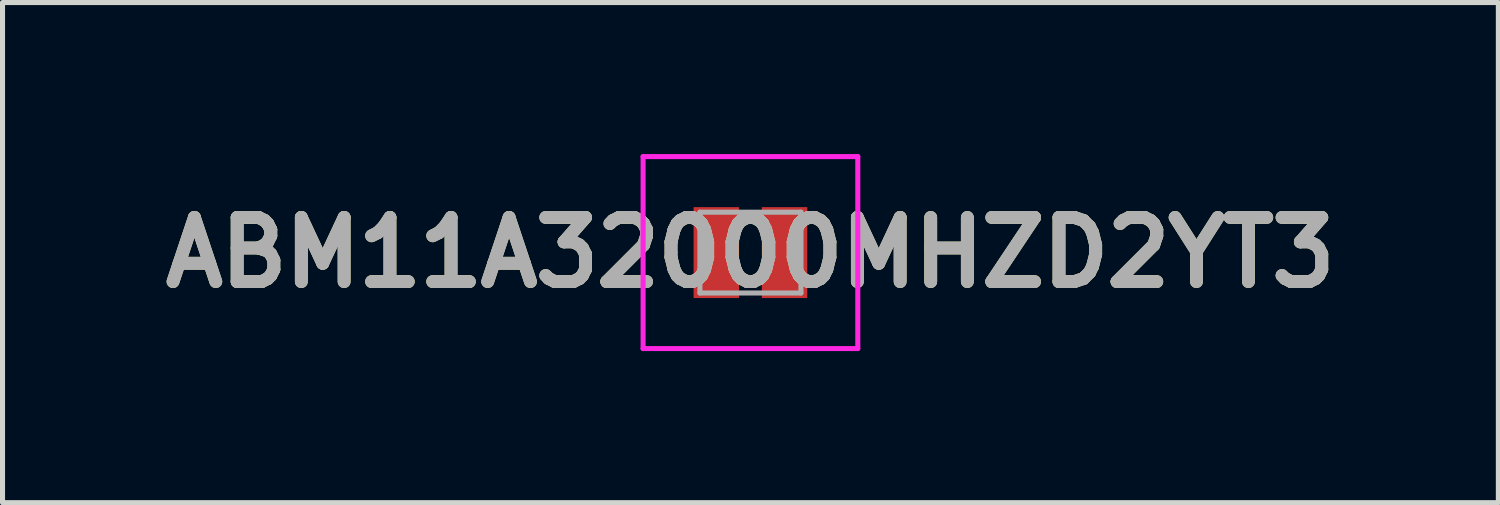
<source format=kicad_pcb>
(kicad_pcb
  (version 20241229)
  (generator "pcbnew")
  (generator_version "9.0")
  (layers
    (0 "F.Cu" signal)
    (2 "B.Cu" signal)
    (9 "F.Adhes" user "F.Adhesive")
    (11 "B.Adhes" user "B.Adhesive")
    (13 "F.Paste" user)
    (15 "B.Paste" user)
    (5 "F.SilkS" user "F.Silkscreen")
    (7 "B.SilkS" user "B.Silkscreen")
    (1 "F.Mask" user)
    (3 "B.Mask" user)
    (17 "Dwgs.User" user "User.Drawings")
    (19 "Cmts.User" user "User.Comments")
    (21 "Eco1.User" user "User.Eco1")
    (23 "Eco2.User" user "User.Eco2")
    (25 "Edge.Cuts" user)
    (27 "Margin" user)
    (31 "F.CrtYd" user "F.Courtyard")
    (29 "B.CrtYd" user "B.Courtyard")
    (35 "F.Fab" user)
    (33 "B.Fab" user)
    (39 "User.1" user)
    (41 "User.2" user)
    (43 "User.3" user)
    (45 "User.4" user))
  (footprint "ABM11A32000MHZD2YT3"
    (layer "F.Cu")
    (at 11.805 1.95)
    (property "Reference" "ABM11A32000MHZD2YT3" (at 0 0 0) (layer "F.SilkS") (effects (font (size 1.27 1.27) (thickness 0.254))))
    (attr smd)
    (fp_line (start -1.6 0) (end -1.6 0) (stroke (width 0.1) (type solid)) (layer "F.SilkS"))
    (fp_line (start -1.5 0) (end -1.5 0) (stroke (width 0.1) (type solid)) (layer "F.SilkS"))
    (fp_arc (start -1.6 0) (mid -1.55 -0.05) (end -1.5 0) (stroke (width 0.1) (type solid)) (layer "F.SilkS"))
    (fp_arc (start -1.5 0) (mid -1.55 0.05) (end -1.6 0) (stroke (width 0.1) (type solid)) (layer "F.SilkS"))
    (fp_line (start -2.125 -1.9) (end 2.125 -1.9) (stroke (width 0.1) (type solid)) (layer "F.CrtYd"))
    (fp_line (start -2.125 1.9) (end -2.125 -1.9) (stroke (width 0.1) (type solid)) (layer "F.CrtYd"))
    (fp_line (start 2.125 -1.9) (end 2.125 1.9) (stroke (width 0.1) (type solid)) (layer "F.CrtYd"))
    (fp_line (start 2.125 1.9) (end -2.125 1.9) (stroke (width 0.1) (type solid)) (layer "F.CrtYd"))
    (fp_line (start -1 -0.8) (end -1 0.8) (stroke (width 0.1) (type solid)) (layer "F.Fab"))
    (fp_line (start -1 0.8) (end 1 0.8) (stroke (width 0.1) (type solid)) (layer "F.Fab"))
    (fp_line (start 1 -0.8) (end -1 -0.8) (stroke (width 0.1) (type solid)) (layer "F.Fab"))
    (fp_line (start 1 0.8) (end 1 -0.8) (stroke (width 0.1) (type solid)) (layer "F.Fab"))
    (fp_text user "${REFERENCE}" (at 0 0 0) (layer "F.Fab") (effects (font (size 1.27 1.27) (thickness 0.254))))
    (pad "1" smd rect (at -0.675 0) (size 0.9 1.8) (layers "F.Cu" "F.Mask" "F.Paste"))
    (pad "2" smd rect (at 0.675 0) (size 0.9 1.8) (layers "F.Cu" "F.Mask" "F.Paste")))
  (gr_rect
    (start -3 -3)
    (end 26.61 6.9)
    (stroke (width 0.1) (type default))
    (fill no)
    (layer "Edge.Cuts")))
</source>
